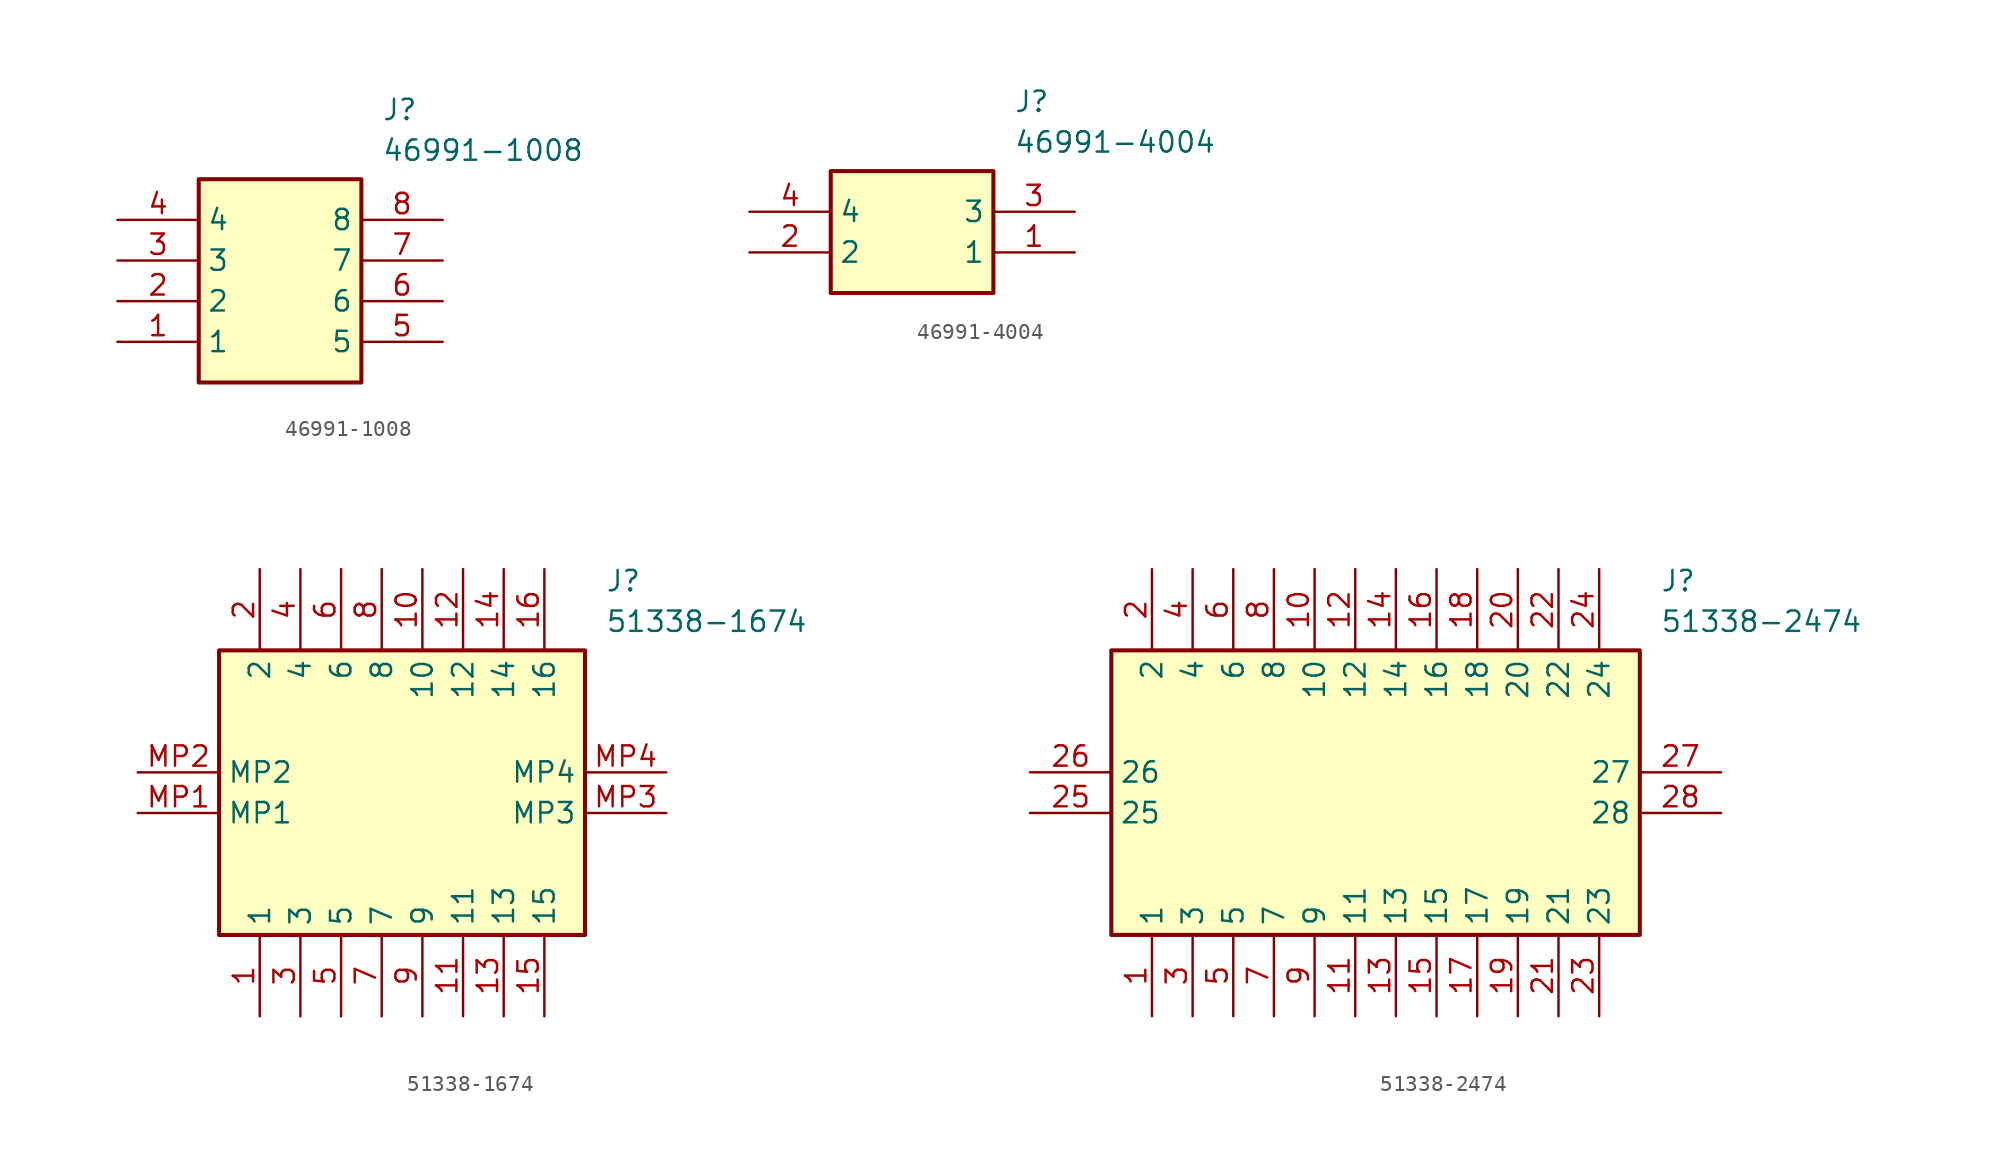
<source format=kicad_sym>
(kicad_symbol_lib
  (version 20231120)
  (generator "kicad_symbol_editor")
  (generator_version "8.0")
  (symbol "46991-1008"
    (property "Reference" "J"
      (at 16.51 7.62 0)
      (effects (font (size 1.27 1.27)) (justify left top)))
    (property "Value" "46991-1008"
      (at 16.51 5.08 0)
      (effects (font (size 1.27 1.27)) (justify left top)))
    (symbol "46991-1008_1_1"
      (rectangle (start 5.08 2.54) (end 15.24 -10.16) (stroke (width 0.254) (type default)) (fill (type background)))
      (pin passive line (at 0 -7.62 0) (length 5.08) (name "1" (effects (font (size 1.27 1.27)))) (number "1" (effects (font (size 1.27 1.27)))))
      (pin passive line (at 0 -5.08 0) (length 5.08) (name "2" (effects (font (size 1.27 1.27)))) (number "2" (effects (font (size 1.27 1.27)))))
      (pin passive line (at 0 -2.54 0) (length 5.08) (name "3" (effects (font (size 1.27 1.27)))) (number "3" (effects (font (size 1.27 1.27)))))
      (pin passive line (at 0 0 0) (length 5.08) (name "4" (effects (font (size 1.27 1.27)))) (number "4" (effects (font (size 1.27 1.27)))))
      (pin passive line (at 20.32 -7.62 180) (length 5.08) (name "5" (effects (font (size 1.27 1.27)))) (number "5" (effects (font (size 1.27 1.27)))))
      (pin passive line (at 20.32 -5.08 180) (length 5.08) (name "6" (effects (font (size 1.27 1.27)))) (number "6" (effects (font (size 1.27 1.27)))))
      (pin passive line (at 20.32 -2.54 180) (length 5.08) (name "7" (effects (font (size 1.27 1.27)))) (number "7" (effects (font (size 1.27 1.27)))))
      (pin passive line (at 20.32 0 180) (length 5.08) (name "8" (effects (font (size 1.27 1.27)))) (number "8" (effects (font (size 1.27 1.27)))))))
  (symbol "46991-4004"
    (property "Reference" "J"
      (at 16.51 7.62 0)
      (effects (font (size 1.27 1.27)) (justify left top)))
    (property "Value" "46991-4004"
      (at 16.51 5.08 0)
      (effects (font (size 1.27 1.27)) (justify left top)))
    (symbol "46991-4004_1_1"
      (rectangle (start 5.08 2.54) (end 15.24 -5.08) (stroke (width 0.254) (type default)) (fill (type background)))
      (pin passive line (at 20.32 -2.54 180) (length 5.08) (name "1" (effects (font (size 1.27 1.27)))) (number "1" (effects (font (size 1.27 1.27)))))
      (pin passive line (at 0 -2.54 0) (length 5.08) (name "2" (effects (font (size 1.27 1.27)))) (number "2" (effects (font (size 1.27 1.27)))))
      (pin passive line (at 20.32 0 180) (length 5.08) (name "3" (effects (font (size 1.27 1.27)))) (number "3" (effects (font (size 1.27 1.27)))))
      (pin passive line (at 0 0 0) (length 5.08) (name "4" (effects (font (size 1.27 1.27)))) (number "4" (effects (font (size 1.27 1.27)))))))
  (symbol "51338-1674"
    (property "Reference" "J"
      (at 29.21 12.7 0)
      (effects (font (size 1.27 1.27)) (justify left top)))
    (property "Value" "51338-1674"
      (at 29.21 10.16 0)
      (effects (font (size 1.27 1.27)) (justify left top)))
    (rectangle
      (start 5.08 7.62)
      (end 27.94 -10.16)
      (stroke (width 0.254) (type default))
      (fill (type background)))
    (pin passive line
      (at 7.62 -15.24 90)
      (length 5.08)
      (name "1" (effects (font (size 1.27 1.27))))
      (number "1" (effects (font (size 1.27 1.27)))))
    (pin passive line
      (at 7.62 12.7 270)
      (length 5.08)
      (name "2" (effects (font (size 1.27 1.27))))
      (number "2" (effects (font (size 1.27 1.27)))))
    (pin passive line
      (at 10.16 -15.24 90)
      (length 5.08)
      (name "3" (effects (font (size 1.27 1.27))))
      (number "3" (effects (font (size 1.27 1.27)))))
    (pin passive line
      (at 10.16 12.7 270)
      (length 5.08)
      (name "4" (effects (font (size 1.27 1.27))))
      (number "4" (effects (font (size 1.27 1.27)))))
    (pin passive line
      (at 12.7 -15.24 90)
      (length 5.08)
      (name "5" (effects (font (size 1.27 1.27))))
      (number "5" (effects (font (size 1.27 1.27)))))
    (pin passive line
      (at 12.7 12.7 270)
      (length 5.08)
      (name "6" (effects (font (size 1.27 1.27))))
      (number "6" (effects (font (size 1.27 1.27)))))
    (pin passive line
      (at 15.24 -15.24 90)
      (length 5.08)
      (name "7" (effects (font (size 1.27 1.27))))
      (number "7" (effects (font (size 1.27 1.27)))))
    (pin passive line
      (at 15.24 12.7 270)
      (length 5.08)
      (name "8" (effects (font (size 1.27 1.27))))
      (number "8" (effects (font (size 1.27 1.27)))))
    (pin passive line
      (at 17.78 -15.24 90)
      (length 5.08)
      (name "9" (effects (font (size 1.27 1.27))))
      (number "9" (effects (font (size 1.27 1.27)))))
    (pin passive line
      (at 17.78 12.7 270)
      (length 5.08)
      (name "10" (effects (font (size 1.27 1.27))))
      (number "10" (effects (font (size 1.27 1.27)))))
    (pin passive line
      (at 20.32 -15.24 90)
      (length 5.08)
      (name "11" (effects (font (size 1.27 1.27))))
      (number "11" (effects (font (size 1.27 1.27)))))
    (pin passive line
      (at 20.32 12.7 270)
      (length 5.08)
      (name "12" (effects (font (size 1.27 1.27))))
      (number "12" (effects (font (size 1.27 1.27)))))
    (pin passive line
      (at 22.86 -15.24 90)
      (length 5.08)
      (name "13" (effects (font (size 1.27 1.27))))
      (number "13" (effects (font (size 1.27 1.27)))))
    (pin passive line
      (at 22.86 12.7 270)
      (length 5.08)
      (name "14" (effects (font (size 1.27 1.27))))
      (number "14" (effects (font (size 1.27 1.27)))))
    (pin passive line
      (at 25.4 -15.24 90)
      (length 5.08)
      (name "15" (effects (font (size 1.27 1.27))))
      (number "15" (effects (font (size 1.27 1.27)))))
    (pin passive line
      (at 25.4 12.7 270)
      (length 5.08)
      (name "16" (effects (font (size 1.27 1.27))))
      (number "16" (effects (font (size 1.27 1.27)))))
    (pin passive line
      (at 0 -2.54 0)
      (length 5.08)
      (name "MP1" (effects (font (size 1.27 1.27))))
      (number "MP1" (effects (font (size 1.27 1.27)))))
    (pin passive line
      (at 0 0 0)
      (length 5.08)
      (name "MP2" (effects (font (size 1.27 1.27))))
      (number "MP2" (effects (font (size 1.27 1.27)))))
    (pin passive line
      (at 33.02 -2.54 180)
      (length 5.08)
      (name "MP3" (effects (font (size 1.27 1.27))))
      (number "MP3" (effects (font (size 1.27 1.27)))))
    (pin passive line
      (at 33.02 0 180)
      (length 5.08)
      (name "MP4" (effects (font (size 1.27 1.27))))
      (number "MP4" (effects (font (size 1.27 1.27))))))
  (symbol "51338-2474"
    (property "Reference" "J"
      (at 39.37 12.7 0)
      (effects (font (size 1.27 1.27)) (justify left top)))
    (property "Value" "51338-2474"
      (at 39.37 10.16 0)
      (effects (font (size 1.27 1.27)) (justify left top)))
    (rectangle
      (start 5.08 7.62)
      (end 38.1 -10.16)
      (stroke (width 0.254) (type default))
      (fill (type background)))
    (pin passive line
      (at 7.62 -15.24 90)
      (length 5.08)
      (name "1" (effects (font (size 1.27 1.27))))
      (number "1" (effects (font (size 1.27 1.27)))))
    (pin passive line
      (at 7.62 12.7 270)
      (length 5.08)
      (name "2" (effects (font (size 1.27 1.27))))
      (number "2" (effects (font (size 1.27 1.27)))))
    (pin passive line
      (at 10.16 -15.24 90)
      (length 5.08)
      (name "3" (effects (font (size 1.27 1.27))))
      (number "3" (effects (font (size 1.27 1.27)))))
    (pin passive line
      (at 10.16 12.7 270)
      (length 5.08)
      (name "4" (effects (font (size 1.27 1.27))))
      (number "4" (effects (font (size 1.27 1.27)))))
    (pin passive line
      (at 12.7 -15.24 90)
      (length 5.08)
      (name "5" (effects (font (size 1.27 1.27))))
      (number "5" (effects (font (size 1.27 1.27)))))
    (pin passive line
      (at 12.7 12.7 270)
      (length 5.08)
      (name "6" (effects (font (size 1.27 1.27))))
      (number "6" (effects (font (size 1.27 1.27)))))
    (pin passive line
      (at 15.24 -15.24 90)
      (length 5.08)
      (name "7" (effects (font (size 1.27 1.27))))
      (number "7" (effects (font (size 1.27 1.27)))))
    (pin passive line
      (at 15.24 12.7 270)
      (length 5.08)
      (name "8" (effects (font (size 1.27 1.27))))
      (number "8" (effects (font (size 1.27 1.27)))))
    (pin passive line
      (at 17.78 -15.24 90)
      (length 5.08)
      (name "9" (effects (font (size 1.27 1.27))))
      (number "9" (effects (font (size 1.27 1.27)))))
    (pin passive line
      (at 17.78 12.7 270)
      (length 5.08)
      (name "10" (effects (font (size 1.27 1.27))))
      (number "10" (effects (font (size 1.27 1.27)))))
    (pin passive line
      (at 20.32 -15.24 90)
      (length 5.08)
      (name "11" (effects (font (size 1.27 1.27))))
      (number "11" (effects (font (size 1.27 1.27)))))
    (pin passive line
      (at 20.32 12.7 270)
      (length 5.08)
      (name "12" (effects (font (size 1.27 1.27))))
      (number "12" (effects (font (size 1.27 1.27)))))
    (pin passive line
      (at 22.86 -15.24 90)
      (length 5.08)
      (name "13" (effects (font (size 1.27 1.27))))
      (number "13" (effects (font (size 1.27 1.27)))))
    (pin passive line
      (at 22.86 12.7 270)
      (length 5.08)
      (name "14" (effects (font (size 1.27 1.27))))
      (number "14" (effects (font (size 1.27 1.27)))))
    (pin passive line
      (at 25.4 -15.24 90)
      (length 5.08)
      (name "15" (effects (font (size 1.27 1.27))))
      (number "15" (effects (font (size 1.27 1.27)))))
    (pin passive line
      (at 25.4 12.7 270)
      (length 5.08)
      (name "16" (effects (font (size 1.27 1.27))))
      (number "16" (effects (font (size 1.27 1.27)))))
    (pin passive line
      (at 27.94 -15.24 90)
      (length 5.08)
      (name "17" (effects (font (size 1.27 1.27))))
      (number "17" (effects (font (size 1.27 1.27)))))
    (pin passive line
      (at 27.94 12.7 270)
      (length 5.08)
      (name "18" (effects (font (size 1.27 1.27))))
      (number "18" (effects (font (size 1.27 1.27)))))
    (pin passive line
      (at 30.48 -15.24 90)
      (length 5.08)
      (name "19" (effects (font (size 1.27 1.27))))
      (number "19" (effects (font (size 1.27 1.27)))))
    (pin passive line
      (at 30.48 12.7 270)
      (length 5.08)
      (name "20" (effects (font (size 1.27 1.27))))
      (number "20" (effects (font (size 1.27 1.27)))))
    (pin passive line
      (at 33.02 -15.24 90)
      (length 5.08)
      (name "21" (effects (font (size 1.27 1.27))))
      (number "21" (effects (font (size 1.27 1.27)))))
    (pin passive line
      (at 33.02 12.7 270)
      (length 5.08)
      (name "22" (effects (font (size 1.27 1.27))))
      (number "22" (effects (font (size 1.27 1.27)))))
    (pin passive line
      (at 35.56 -15.24 90)
      (length 5.08)
      (name "23" (effects (font (size 1.27 1.27))))
      (number "23" (effects (font (size 1.27 1.27)))))
    (pin passive line
      (at 35.56 12.7 270)
      (length 5.08)
      (name "24" (effects (font (size 1.27 1.27))))
      (number "24" (effects (font (size 1.27 1.27)))))
    (pin passive line
      (at 0 -2.54 0)
      (length 5.08)
      (name "25" (effects (font (size 1.27 1.27))))
      (number "25" (effects (font (size 1.27 1.27)))))
    (pin passive line
      (at 0 0 0)
      (length 5.08)
      (name "26" (effects (font (size 1.27 1.27))))
      (number "26" (effects (font (size 1.27 1.27)))))
    (pin passive line
      (at 43.18 0 180)
      (length 5.08)
      (name "27" (effects (font (size 1.27 1.27))))
      (number "27" (effects (font (size 1.27 1.27)))))
    (pin passive line
      (at 43.18 -2.54 180)
      (length 5.08)
      (name "28" (effects (font (size 1.27 1.27))))
      (number "28" (effects (font (size 1.27 1.27)))))))
</source>
